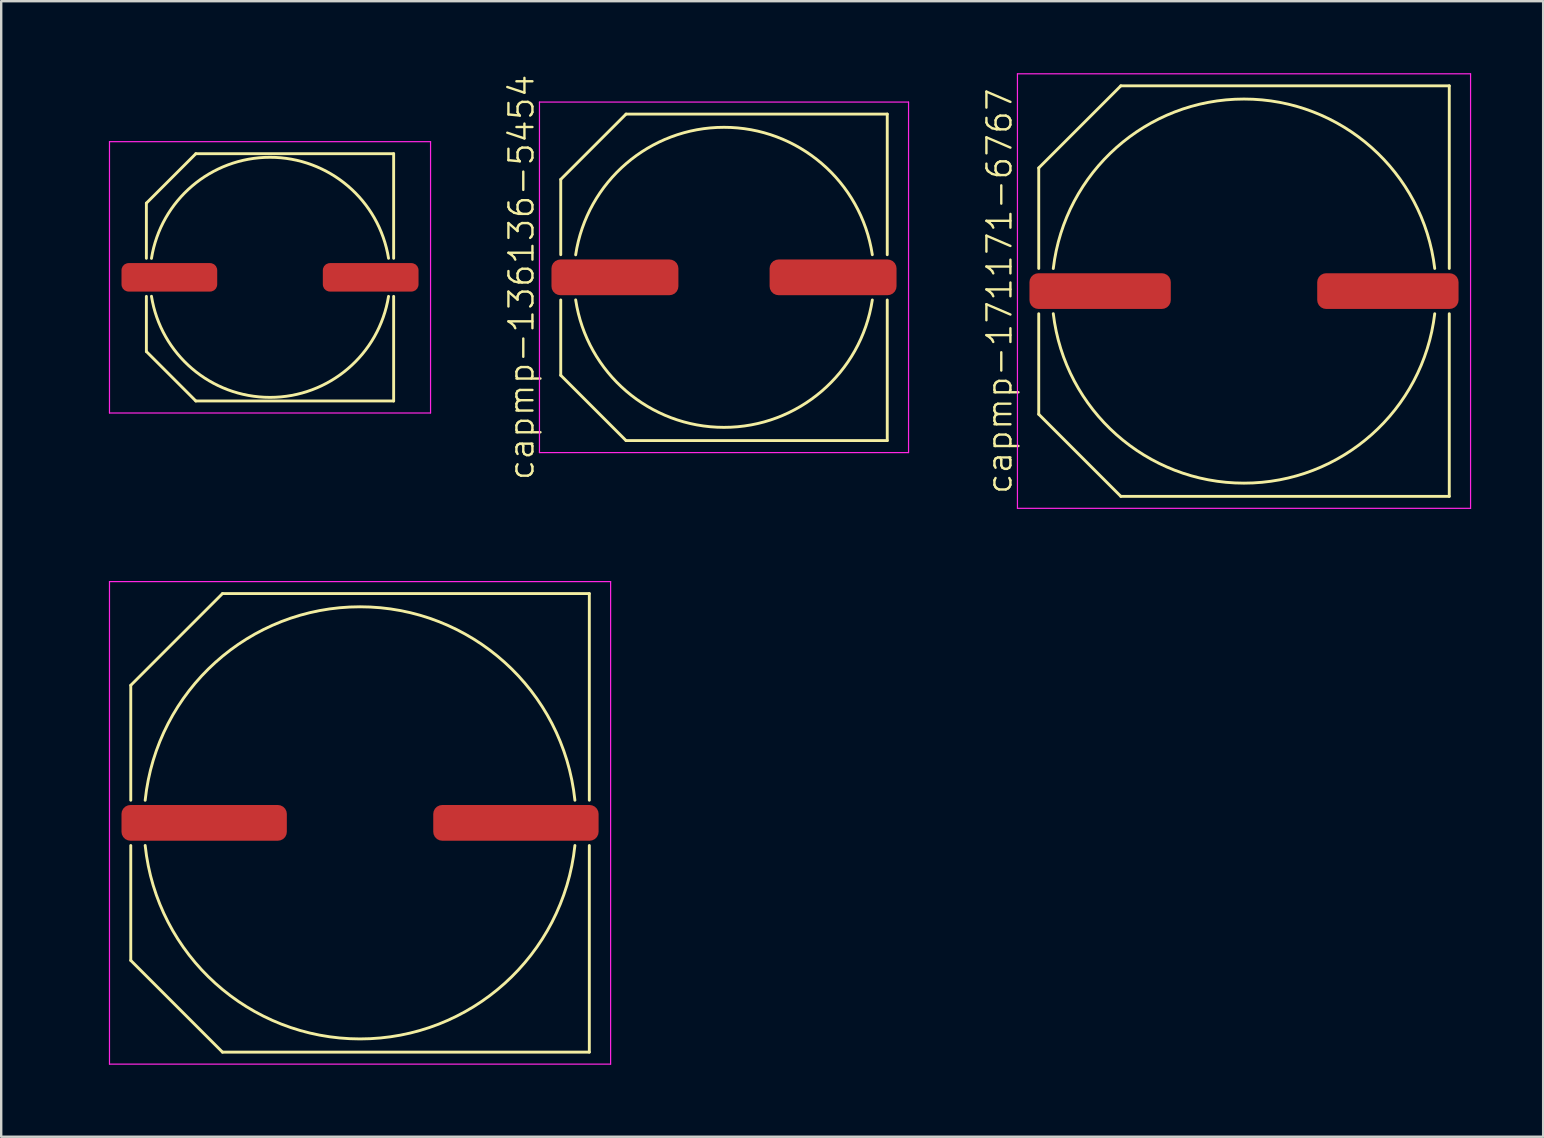
<source format=kicad_pcb>
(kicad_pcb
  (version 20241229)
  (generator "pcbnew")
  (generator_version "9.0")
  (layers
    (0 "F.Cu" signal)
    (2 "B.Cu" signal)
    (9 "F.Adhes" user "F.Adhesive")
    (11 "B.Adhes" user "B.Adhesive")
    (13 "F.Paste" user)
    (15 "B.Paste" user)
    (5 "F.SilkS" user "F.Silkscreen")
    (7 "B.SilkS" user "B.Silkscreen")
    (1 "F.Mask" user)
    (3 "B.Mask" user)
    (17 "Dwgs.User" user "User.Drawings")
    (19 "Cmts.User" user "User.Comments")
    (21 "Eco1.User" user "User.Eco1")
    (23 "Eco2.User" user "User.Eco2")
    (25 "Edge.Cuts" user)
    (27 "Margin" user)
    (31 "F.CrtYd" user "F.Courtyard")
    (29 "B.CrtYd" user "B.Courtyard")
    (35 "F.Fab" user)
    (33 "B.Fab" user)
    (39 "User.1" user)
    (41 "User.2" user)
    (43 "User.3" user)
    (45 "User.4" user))
  (footprint "capmp-171171-6767"
    (layer "F.Cu")
    (at 48.767 9.075)
    (property "Reference" "capmp-171171-6767" (at -10.187 0 90) (layer "F.SilkS") (effects (font (size 1 1) (thickness 0.1))))
    (attr through_hole)
    (fp_line (start -8.55 -5.13) (end -5.13 -8.55) (stroke (width 0.12) (type solid)) (layer "F.SilkS"))
    (fp_line (start -8.55 -0.943) (end -8.55 -5.13) (stroke (width 0.12) (type solid)) (layer "F.SilkS"))
    (fp_line (start -8.55 5.13) (end -8.55 0.943) (stroke (width 0.12) (type solid)) (layer "F.SilkS"))
    (fp_line (start -5.13 -8.55) (end 8.55 -8.55) (stroke (width 0.12) (type solid)) (layer "F.SilkS"))
    (fp_line (start -5.13 8.55) (end -8.55 5.13) (stroke (width 0.12) (type solid)) (layer "F.SilkS"))
    (fp_line (start 8.55 -8.55) (end 8.55 -0.943) (stroke (width 0.12) (type solid)) (layer "F.SilkS"))
    (fp_line (start 8.55 0.943) (end 8.55 8.55) (stroke (width 0.12) (type solid)) (layer "F.SilkS"))
    (fp_line (start 8.55 8.55) (end -5.13 8.55) (stroke (width 0.12) (type solid)) (layer "F.SilkS"))
    (fp_arc (start -7.944318 -0.940318) (mid -0.00135 -7.999774) (end 7.944 -0.943) (stroke (width 0.12) (type solid)) (layer "F.SilkS"))
    (fp_arc (start 7.944 0.943) (mid -0.00135 7.999774) (end -7.944318 0.940318) (stroke (width 0.12) (type solid)) (layer "F.SilkS"))
    (fp_line (start -8.55 -5.13) (end -5.13 -8.55) (stroke (width 0.12) (type solid)) (layer "Eco1.User"))
    (fp_line (start -8.55 5.13) (end -8.55 -5.13) (stroke (width 0.12) (type solid)) (layer "Eco1.User"))
    (fp_line (start -5.13 -8.55) (end 8.55 -8.55) (stroke (width 0.12) (type solid)) (layer "Eco1.User"))
    (fp_line (start -5.13 8.55) (end -8.55 5.13) (stroke (width 0.12) (type solid)) (layer "Eco1.User"))
    (fp_line (start 4.275 -6.762) (end 4.275 6.762) (stroke (width 0.12) (type solid)) (layer "Eco1.User"))
    (fp_line (start 8.55 -8.55) (end 8.55 8.55) (stroke (width 0.12) (type solid)) (layer "Eco1.User"))
    (fp_line (start 8.55 8.55) (end -5.13 8.55) (stroke (width 0.12) (type solid)) (layer "Eco1.User"))
    (fp_circle (center 0 0) (end 8 0) (stroke (width 0.12) (type solid)) (fill no) (layer "Eco1.User"))
    (fp_circle (center 0 0) (end 8 0) (stroke (width 0.12) (type solid)) (fill no) (layer "Eco1.User"))
    (fp_line (start -9.437 -9.05) (end -9.437 9.05) (stroke (width 0.05) (type solid)) (layer "F.CrtYd"))
    (fp_line (start -9.437 9.05) (end 9.437 9.05) (stroke (width 0.05) (type solid)) (layer "F.CrtYd"))
    (fp_line (start 9.437 -9.05) (end -9.437 -9.05) (stroke (width 0.05) (type solid)) (layer "F.CrtYd"))
    (fp_line (start 9.437 9.05) (end 9.437 -9.05) (stroke (width 0.05) (type solid)) (layer "F.CrtYd"))
    (pad "1" smd roundrect (at -5.993 0) (size 5.887 1.487) (layers "F.Cu" "F.Mask" "F.Paste") (roundrect_rratio 0.25))
    (pad "2" smd roundrect (at 5.993 0) (size 5.887 1.487) (layers "F.Cu" "F.Mask" "F.Paste") (roundrect_rratio 0.25)))
  (footprint "capmp-136136-5454"
    (layer "F.Cu")
    (at 27.107 8.502)
    (property "Reference" "capmp-136136-5454" (at -8.437 0 90) (layer "F.SilkS") (effects (font (size 1 1) (thickness 0.1))))
    (attr through_hole)
    (fp_line (start -6.8 -4.08) (end -4.08 -6.8) (stroke (width 0.12) (type solid)) (layer "F.SilkS"))
    (fp_line (start -6.8 -0.943) (end -6.8 -4.08) (stroke (width 0.12) (type solid)) (layer "F.SilkS"))
    (fp_line (start -6.8 4.08) (end -6.8 0.943) (stroke (width 0.12) (type solid)) (layer "F.SilkS"))
    (fp_line (start -4.08 -6.8) (end 6.8 -6.8) (stroke (width 0.12) (type solid)) (layer "F.SilkS"))
    (fp_line (start -4.08 6.8) (end -6.8 4.08) (stroke (width 0.12) (type solid)) (layer "F.SilkS"))
    (fp_line (start 6.8 -6.8) (end 6.8 -0.943) (stroke (width 0.12) (type solid)) (layer "F.SilkS"))
    (fp_line (start 6.8 0.943) (end 6.8 6.8) (stroke (width 0.12) (type solid)) (layer "F.SilkS"))
    (fp_line (start 6.8 6.8) (end -4.08 6.8) (stroke (width 0.12) (type solid)) (layer "F.SilkS"))
    (fp_arc (start -6.17874 -0.938137) (mid -0.002459 -6.249554) (end 6.178 -0.943) (stroke (width 0.12) (type solid)) (layer "F.SilkS"))
    (fp_arc (start 6.178 0.943) (mid -0.002459 6.249554) (end -6.17874 0.938137) (stroke (width 0.12) (type solid)) (layer "F.SilkS"))
    (fp_line (start -6.8 -4.08) (end -4.08 -6.8) (stroke (width 0.12) (type solid)) (layer "Eco1.User"))
    (fp_line (start -6.8 4.08) (end -6.8 -4.08) (stroke (width 0.12) (type solid)) (layer "Eco1.User"))
    (fp_line (start -4.08 -6.8) (end 6.8 -6.8) (stroke (width 0.12) (type solid)) (layer "Eco1.User"))
    (fp_line (start -4.08 6.8) (end -6.8 4.08) (stroke (width 0.12) (type solid)) (layer "Eco1.User"))
    (fp_line (start 3.4 -5.244) (end 3.4 5.244) (stroke (width 0.12) (type solid)) (layer "Eco1.User"))
    (fp_line (start 6.8 -6.8) (end 6.8 6.8) (stroke (width 0.12) (type solid)) (layer "Eco1.User"))
    (fp_line (start 6.8 6.8) (end -4.08 6.8) (stroke (width 0.12) (type solid)) (layer "Eco1.User"))
    (fp_circle (center 0 0) (end 6.25 0) (stroke (width 0.12) (type solid)) (fill no) (layer "Eco1.User"))
    (fp_circle (center 0 0) (end 6.25 0) (stroke (width 0.12) (type solid)) (fill no) (layer "Eco1.User"))
    (fp_line (start -7.687 -7.3) (end -7.687 7.3) (stroke (width 0.05) (type solid)) (layer "F.CrtYd"))
    (fp_line (start -7.687 7.3) (end 7.687 7.3) (stroke (width 0.05) (type solid)) (layer "F.CrtYd"))
    (fp_line (start 7.687 -7.3) (end -7.687 -7.3) (stroke (width 0.05) (type solid)) (layer "F.CrtYd"))
    (fp_line (start 7.687 7.3) (end 7.687 -7.3) (stroke (width 0.05) (type solid)) (layer "F.CrtYd"))
    (pad "1" smd roundrect (at -4.543 0) (size 5.287 1.487) (layers "F.Cu" "F.Mask" "F.Paste") (roundrect_rratio 0.25))
    (pad "2" smd roundrect (at 4.543 0) (size 5.287 1.487) (layers "F.Cu" "F.Mask" "F.Paste") (roundrect_rratio 0.25)))
  (footprint "capmp-191191-7575"
    (layer "F.Cu")
    (at 11.947 31.225)
    (property "Reference" "capmp-191191-7575" (at -11.187 0 90) (layer "User.1") (effects (font (size 1 1) (thickness 0.1))))
    (attr through_hole)
    (fp_line (start -9.55 -5.73) (end -5.73 -9.55) (stroke (width 0.12) (type solid)) (layer "F.SilkS"))
    (fp_line (start -9.55 -0.943) (end -9.55 -5.73) (stroke (width 0.12) (type solid)) (layer "F.SilkS"))
    (fp_line (start -9.55 5.73) (end -9.55 0.943) (stroke (width 0.12) (type solid)) (layer "F.SilkS"))
    (fp_line (start -5.73 -9.55) (end 9.55 -9.55) (stroke (width 0.12) (type solid)) (layer "F.SilkS"))
    (fp_line (start -5.73 9.55) (end -9.55 5.73) (stroke (width 0.12) (type solid)) (layer "F.SilkS"))
    (fp_line (start 9.55 -9.55) (end 9.55 -0.943) (stroke (width 0.12) (type solid)) (layer "F.SilkS"))
    (fp_line (start 9.55 0.943) (end 9.55 9.55) (stroke (width 0.12) (type solid)) (layer "F.SilkS"))
    (fp_line (start 9.55 9.55) (end -5.73 9.55) (stroke (width 0.12) (type solid)) (layer "F.SilkS"))
    (fp_arc (start -8.950219 -0.940916) (mid -0.001048 -8.999541) (end 8.95 -0.943) (stroke (width 0.12) (type solid)) (layer "F.SilkS"))
    (fp_arc (start 8.95 0.943) (mid -0.001048 8.999542) (end -8.950219 0.940916) (stroke (width 0.12) (type solid)) (layer "F.SilkS"))
    (fp_line (start -9.55 -5.73) (end -5.73 -9.55) (stroke (width 0.12) (type solid)) (layer "Eco1.User"))
    (fp_line (start -9.55 5.73) (end -9.55 -5.73) (stroke (width 0.12) (type solid)) (layer "Eco1.User"))
    (fp_line (start -5.73 -9.55) (end 9.55 -9.55) (stroke (width 0.12) (type solid)) (layer "Eco1.User"))
    (fp_line (start -5.73 9.55) (end -9.55 5.73) (stroke (width 0.12) (type solid)) (layer "Eco1.User"))
    (fp_line (start 4.775 -7.629) (end 4.775 7.629) (stroke (width 0.12) (type solid)) (layer "Eco1.User"))
    (fp_line (start 9.55 -9.55) (end 9.55 9.55) (stroke (width 0.12) (type solid)) (layer "Eco1.User"))
    (fp_line (start 9.55 9.55) (end -5.73 9.55) (stroke (width 0.12) (type solid)) (layer "Eco1.User"))
    (fp_circle (center 0 0) (end 9 0) (stroke (width 0.12) (type solid)) (fill no) (layer "Eco1.User"))
    (fp_circle (center 0 0) (end 9 0) (stroke (width 0.12) (type solid)) (fill no) (layer "Eco1.User"))
    (fp_line (start -10.437 -10.05) (end -10.437 10.05) (stroke (width 0.05) (type solid)) (layer "F.CrtYd"))
    (fp_line (start -10.437 10.05) (end 10.437 10.05) (stroke (width 0.05) (type solid)) (layer "F.CrtYd"))
    (fp_line (start 10.437 -10.05) (end -10.437 -10.05) (stroke (width 0.05) (type solid)) (layer "F.CrtYd"))
    (fp_line (start 10.437 10.05) (end 10.437 -10.05) (stroke (width 0.05) (type solid)) (layer "F.CrtYd"))
    (pad "1" smd roundrect (at -6.493 0) (size 6.887 1.487) (layers "F.Cu" "F.Mask" "F.Paste") (roundrect_rratio 0.25))
    (pad "2" smd roundrect (at 6.493 0) (size 6.887 1.487) (layers "F.Cu" "F.Mask" "F.Paste") (roundrect_rratio 0.25)))
  (footprint "capmp-103103-4141"
    (layer "F.Cu")
    (at 8.197 8.502)
    (property "Reference" "capmp-103103-4141" (at -7.437 0 90) (layer "User.1") (effects (font (size 1 1) (thickness 0.1))))
    (attr through_hole)
    (fp_line (start -5.15 -3.09) (end -3.09 -5.15) (stroke (width 0.12) (type solid)) (layer "F.SilkS"))
    (fp_line (start -5.15 -0.793) (end -5.15 -3.09) (stroke (width 0.12) (type solid)) (layer "F.SilkS"))
    (fp_line (start -5.15 3.09) (end -5.15 0.793) (stroke (width 0.12) (type solid)) (layer "F.SilkS"))
    (fp_line (start -3.09 -5.15) (end 5.15 -5.15) (stroke (width 0.12) (type solid)) (layer "F.SilkS"))
    (fp_line (start -3.09 5.15) (end -5.15 3.09) (stroke (width 0.12) (type solid)) (layer "F.SilkS"))
    (fp_line (start 5.15 -5.15) (end 5.15 -0.793) (stroke (width 0.12) (type solid)) (layer "F.SilkS"))
    (fp_line (start 5.15 0.793) (end 5.15 5.15) (stroke (width 0.12) (type solid)) (layer "F.SilkS"))
    (fp_line (start 5.15 5.15) (end -3.09 5.15) (stroke (width 0.12) (type solid)) (layer "F.SilkS"))
    (fp_arc (start -4.937694 -0.78867) (mid -0.002193 -5.000282) (end 4.937 -0.793) (stroke (width 0.12) (type solid)) (layer "F.SilkS"))
    (fp_arc (start 4.937 0.793) (mid -0.002193 5.000281) (end -4.937694 0.78867) (stroke (width 0.12) (type solid)) (layer "F.SilkS"))
    (fp_line (start -5.15 -3.09) (end -3.09 -5.15) (stroke (width 0.12) (type solid)) (layer "Eco1.User"))
    (fp_line (start -5.15 3.09) (end -5.15 -3.09) (stroke (width 0.12) (type solid)) (layer "Eco1.User"))
    (fp_line (start -3.09 -5.15) (end 5.15 -5.15) (stroke (width 0.12) (type solid)) (layer "Eco1.User"))
    (fp_line (start -3.09 5.15) (end -5.15 3.09) (stroke (width 0.12) (type solid)) (layer "Eco1.User"))
    (fp_line (start 2.575 -4.286) (end 2.575 4.286) (stroke (width 0.12) (type solid)) (layer "Eco1.User"))
    (fp_line (start 5.15 -5.15) (end 5.15 5.15) (stroke (width 0.12) (type solid)) (layer "Eco1.User"))
    (fp_line (start 5.15 5.15) (end -3.09 5.15) (stroke (width 0.12) (type solid)) (layer "Eco1.User"))
    (fp_circle (center 0 0) (end 5 0) (stroke (width 0.12) (type solid)) (fill no) (layer "Eco1.User"))
    (fp_circle (center 0 0) (end 5 0) (stroke (width 0.12) (type solid)) (fill no) (layer "Eco1.User"))
    (fp_line (start -6.687 -5.65) (end -6.687 5.65) (stroke (width 0.05) (type solid)) (layer "F.CrtYd"))
    (fp_line (start -6.687 5.65) (end 6.687 5.65) (stroke (width 0.05) (type solid)) (layer "F.CrtYd"))
    (fp_line (start 6.687 -5.65) (end -6.687 -5.65) (stroke (width 0.05) (type solid)) (layer "F.CrtYd"))
    (fp_line (start 6.687 5.65) (end 6.687 -5.65) (stroke (width 0.05) (type solid)) (layer "F.CrtYd"))
    (pad "1" smd roundrect (at -4.193 0) (size 3.987 1.187) (layers "F.Cu" "F.Mask" "F.Paste") (roundrect_rratio 0.25))
    (pad "2" smd roundrect (at 4.193 0) (size 3.987 1.187) (layers "F.Cu" "F.Mask" "F.Paste") (roundrect_rratio 0.25)))
  (gr_rect
    (start -3 -3)
    (end 61.228 44.3)
    (stroke (width 0.1) (type default))
    (fill no)
    (layer "Edge.Cuts")))
</source>
